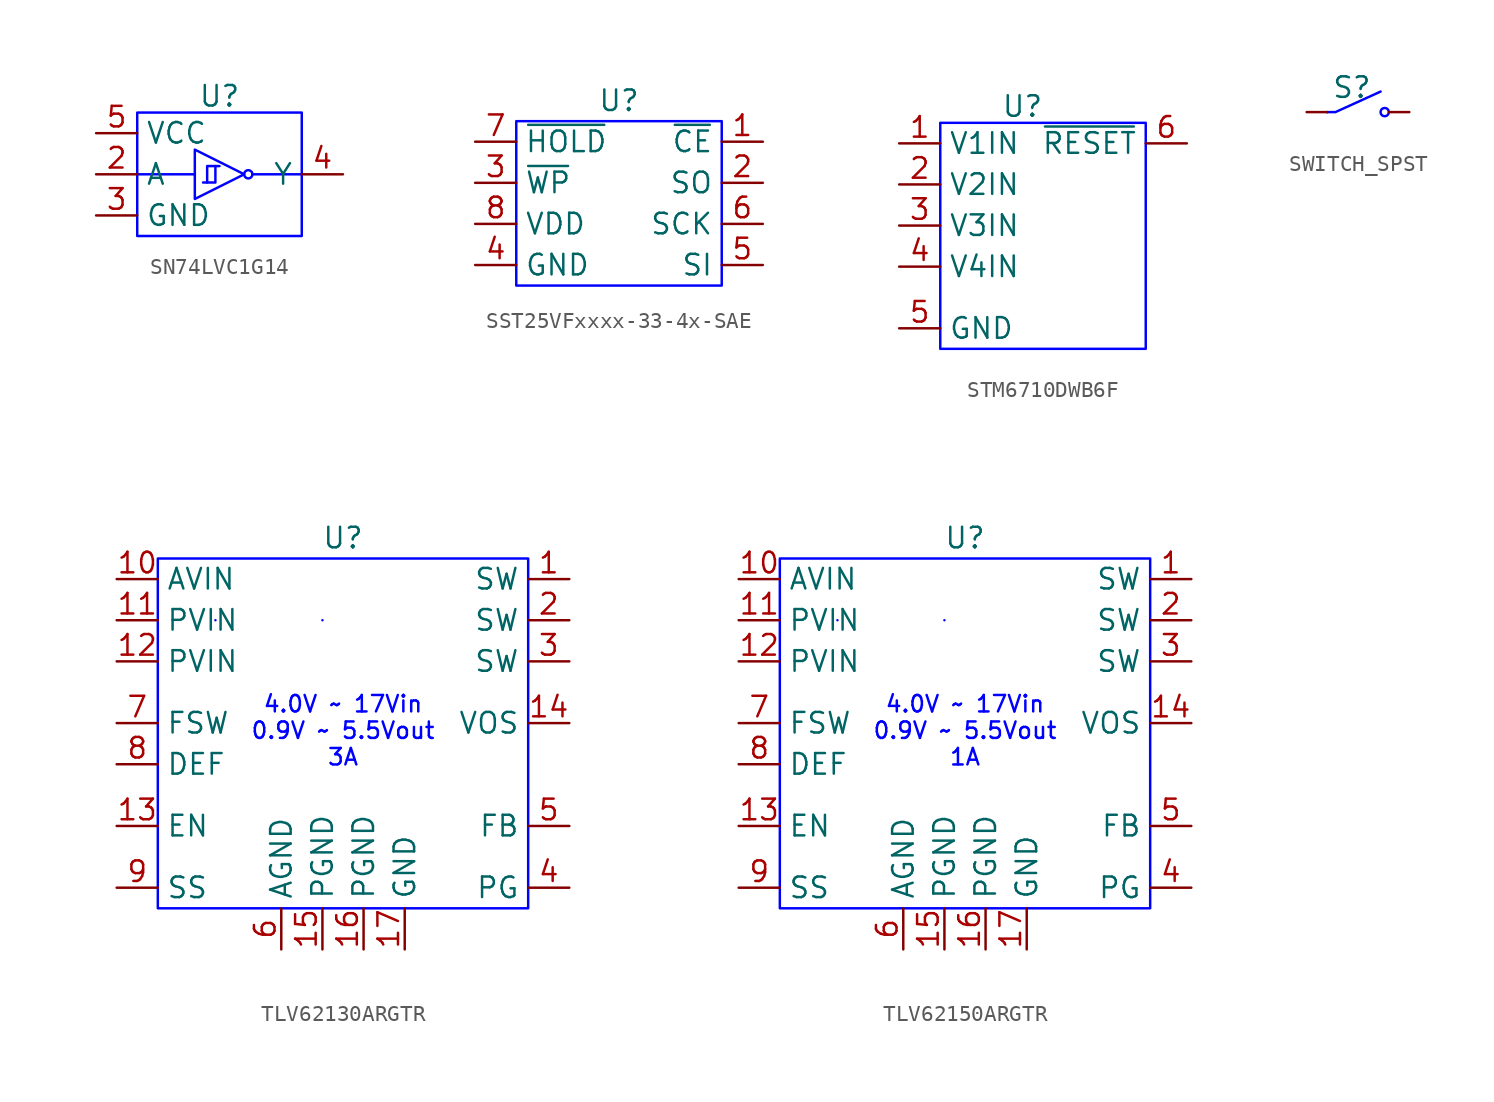
<source format=kicad_sym>
(kicad_symbol_lib
  (version 20241209)
  (generator "kicad_symbol_editor")
  (generator_version "9.0")
  (symbol "SN74LVC1G14"
    (property "Reference" "U"
      (at 5.08 1.016 0)
      (effects (font (size 1.27 1.27))))
    (property "Value" ""
      (at 0 0 0)
      (effects (font (size 1.27 1.27))))
    (symbol "SN74LVC1G14_0_1"
      (rectangle (start 0 0) (end 10.16 -7.62) (stroke (width 0) (type default) (color 0 0 255 1)) (fill (type none)))
      (polyline (pts (xy 0 -3.81) (xy 3.556 -3.81) (xy 3.556 -3.81)) (stroke (width 0) (type default) (color 0 0 255 1)) (fill (type none)))
      (polyline (pts (xy 3.556 -3.81) (xy 3.556 -3.81)) (stroke (width 0) (type default) (color 0 0 255 1)) (fill (type none)))
      (polyline (pts (xy 4.064 -4.318) (xy 4.318 -4.318) (xy 4.318 -3.302) (xy 5.08 -3.302)) (stroke (width 0) (type default) (color 0 0 255 1)) (fill (type none)))
      (polyline (pts (xy 4.826 -3.302) (xy 4.826 -4.064) (xy 4.826 -4.318) (xy 4.318 -4.318)) (stroke (width 0) (type default) (color 0 0 255 1)) (fill (type none)))
      (polyline (pts (xy 6.604 -3.81) (xy 3.556 -2.286) (xy 3.556 -5.334) (xy 6.604 -3.81)) (stroke (width 0) (type default) (color 0 0 255 1)) (fill (type none)))
      (circle (center 6.858 -3.81) (radius 0.254) (stroke (width 0) (type default) (color 0 0 255 1)) (fill (type none)))
      (polyline (pts (xy 7.112 -3.81) (xy 9.906 -3.81) (xy 10.16 -3.81) (xy 10.16 -3.81)) (stroke (width 0) (type default) (color 0 0 255 1)) (fill (type none)))
      (polyline (pts (xy 10.16 -3.81) (xy 10.16 -3.81)) (stroke (width 0) (type default) (color 0 0 255 1)) (fill (type none))))
    (symbol "SN74LVC1G14_1_1"
      (pin power_in line (at -2.54 -1.27 0) (length 2.54) (name "VCC" (effects (font (size 1.27 1.27)))) (number "5" (effects (font (size 1.27 1.27)))))
      (pin input line (at -2.54 -3.81 0) (length 2.54) (name "A" (effects (font (size 1.27 1.27)))) (number "2" (effects (font (size 1.27 1.27)))))
      (pin power_in line (at -2.54 -6.35 0) (length 2.54) (name "GND" (effects (font (size 1.27 1.27)))) (number "3" (effects (font (size 1.27 1.27)))))
      (pin no_connect line (at 12.7 -1.27 180) (length 2.54) (hide yes) (name "NC" (effects (font (size 1.27 1.27)))) (number "1" (effects (font (size 1.27 1.27)))))
      (pin output line (at 12.7 -3.81 180) (length 2.54) (name "Y" (effects (font (size 1.27 1.27)))) (number "4" (effects (font (size 1.27 1.27)))))))
  (symbol "SST25VFxxxx-33-4x-SAE"
    (property "Reference" "U"
      (at 6.35 1.27 0)
      (effects (font (size 1.27 1.27))))
    (property "Value" ""
      (at 0 0 0)
      (effects (font (size 1.27 1.27))))
    (symbol "SST25VFxxxx-33-4x-SAE_1_1"
      (rectangle (start 0 0) (end 12.7 -10.16) (stroke (width 0) (type solid) (color 0 0 255 1)) (fill (type none)))
      (pin input line (at -2.54 -1.27 0) (length 2.54) (name "~{HOLD}" (effects (font (size 1.27 1.27)))) (number "7" (effects (font (size 1.27 1.27)))))
      (pin input line (at -2.54 -3.81 0) (length 2.54) (name "~{WP}" (effects (font (size 1.27 1.27)))) (number "3" (effects (font (size 1.27 1.27)))))
      (pin power_in line (at -2.54 -6.35 0) (length 2.54) (name "VDD" (effects (font (size 1.27 1.27)))) (number "8" (effects (font (size 1.27 1.27)))))
      (pin power_in line (at -2.54 -8.89 0) (length 2.54) (name "GND" (effects (font (size 1.27 1.27)))) (number "4" (effects (font (size 1.27 1.27)))))
      (pin input line (at 15.24 -1.27 180) (length 2.54) (name "~{CE}" (effects (font (size 1.27 1.27)))) (number "1" (effects (font (size 1.27 1.27)))))
      (pin output line (at 15.24 -3.81 180) (length 2.54) (name "SO" (effects (font (size 1.27 1.27)))) (number "2" (effects (font (size 1.27 1.27)))))
      (pin input line (at 15.24 -6.35 180) (length 2.54) (name "SCK" (effects (font (size 1.27 1.27)))) (number "6" (effects (font (size 1.27 1.27)))))
      (pin input line (at 15.24 -8.89 180) (length 2.54) (name "SI" (effects (font (size 1.27 1.27)))) (number "5" (effects (font (size 1.27 1.27)))))))
  (symbol "STM6710DWB6F"
    (property "Reference" "U"
      (at 5.08 1.016 0)
      (effects (font (size 1.27 1.27))))
    (property "Value" ""
      (at 0 0 0)
      (effects (font (size 1.27 1.27))))
    (symbol "STM6710DWB6F_1_1"
      (rectangle (start 0 0) (end 12.7 -13.97) (stroke (width 0) (type solid) (color 0 0 255 1)) (fill (type none)))
      (pin power_in line (at -2.54 -1.27 0) (length 2.54) (name "V1IN" (effects (font (size 1.27 1.27)))) (number "1" (effects (font (size 1.27 1.27)))))
      (pin power_in line (at -2.54 -3.81 0) (length 2.54) (name "V2IN" (effects (font (size 1.27 1.27)))) (number "2" (effects (font (size 1.27 1.27)))))
      (pin power_in line (at -2.54 -6.35 0) (length 2.54) (name "V3IN" (effects (font (size 1.27 1.27)))) (number "3" (effects (font (size 1.27 1.27)))))
      (pin power_in line (at -2.54 -8.89 0) (length 2.54) (name "V4IN" (effects (font (size 1.27 1.27)))) (number "4" (effects (font (size 1.27 1.27)))))
      (pin power_in line (at -2.54 -12.7 0) (length 2.54) (name "GND" (effects (font (size 1.27 1.27)))) (number "5" (effects (font (size 1.27 1.27)))))
      (pin open_collector line (at 15.24 -1.27 180) (length 2.54) (name "~{RESET}" (effects (font (size 1.27 1.27)))) (number "6" (effects (font (size 1.27 1.27)))))))
  (symbol "SWITCH_SPST"
    (pin_numbers
      (hide yes))
    (pin_names
      (offset 0)
      (hide yes))
    (property "Reference" "S"
      (at 1.524 1.524 0)
      (effects (font (size 1.27 1.27))))
    (property "Value" ""
      (at 1.524 -1.524 0)
      (effects (font (size 1.27 1.27))))
    (symbol "SWITCH_SPST_0_1"
      (polyline (pts (xy 0 0) (xy 0.508 0) (xy 3.302 1.27)) (stroke (width 0) (type default) (color 0 0 255 1)) (fill (type none)))
      (circle (center 3.556 0) (radius 0.254) (stroke (width 0) (type default) (color 0 0 255 1)) (fill (type none))))
    (symbol "SWITCH_SPST_1_1"
      (polyline (pts (xy 0 0) (xy 0 0)) (stroke (width 0) (type solid) (color 0 0 255 1)) (fill (type none)))
      (pin passive line (at -1.27 0 0) (length 1.27) (name "" (effects (font (size 1.27 1.27)))) (number "1" (effects (font (size 1.27 1.27)))))
      (pin passive line (at 5.08 0 180) (length 1.27) (name "" (effects (font (size 1.27 1.27)))) (number "2" (effects (font (size 1.27 1.27)))))))
  (symbol "TLV62130ARGTR"
    (property "Reference" "U"
      (at 11.43 1.27 0)
      (effects (font (size 1.27 1.27))))
    (property "Value" ""
      (at 0 0 0)
      (effects (font (size 1.27 1.27))))
    (symbol "TLV62130ARGTR_0_1"
      (rectangle (start 0 0) (end 22.86 -21.59) (stroke (width 0) (type default) (color 0 0 255 1)) (fill (type none)))
      (polyline (pts (xy 3.556 -3.81) (xy 3.556 -3.81)) (stroke (width 0) (type default) (color 0 0 255 1)) (fill (type none)))
      (polyline (pts (xy 10.16 -3.81) (xy 10.16 -3.81)) (stroke (width 0) (type default) (color 0 0 255 1)) (fill (type none))))
    (symbol "TLV62130ARGTR_1_1"
      (text "4.0V ~ 17Vin\n0.9V ~ 5.5Vout\n3A\n\n" (at 11.43 -11.43 0) (effects (font (size 1.016 1.016) (color 0 0 255 1))))
      (pin power_in line (at -2.54 -1.27 0) (length 2.54) (name "AVIN" (effects (font (size 1.27 1.27)))) (number "10" (effects (font (size 1.27 1.27)))))
      (pin power_in line (at -2.54 -3.81 0) (length 2.54) (name "PVIN" (effects (font (size 1.27 1.27)))) (number "11" (effects (font (size 1.27 1.27)))))
      (pin power_in line (at -2.54 -6.35 0) (length 2.54) (name "PVIN" (effects (font (size 1.27 1.27)))) (number "12" (effects (font (size 1.27 1.27)))))
      (pin input line (at -2.54 -10.16 0) (length 2.54) (name "FSW" (effects (font (size 1.27 1.27)))) (number "7" (effects (font (size 1.27 1.27)))))
      (pin input line (at -2.54 -12.7 0) (length 2.54) (name "DEF" (effects (font (size 1.27 1.27)))) (number "8" (effects (font (size 1.27 1.27)))))
      (pin input line (at -2.54 -16.51 0) (length 2.54) (name "EN" (effects (font (size 1.27 1.27)))) (number "13" (effects (font (size 1.27 1.27)))))
      (pin input line (at -2.54 -20.32 0) (length 2.54) (name "SS" (effects (font (size 1.27 1.27)))) (number "9" (effects (font (size 1.27 1.27)))))
      (pin power_in line (at 7.62 -24.13 90) (length 2.54) (name "AGND" (effects (font (size 1.27 1.27)))) (number "6" (effects (font (size 1.27 1.27)))))
      (pin power_in line (at 10.16 -24.13 90) (length 2.54) (name "PGND" (effects (font (size 1.27 1.27)))) (number "15" (effects (font (size 1.27 1.27)))))
      (pin power_in line (at 12.7 -24.13 90) (length 2.54) (name "PGND" (effects (font (size 1.27 1.27)))) (number "16" (effects (font (size 1.27 1.27)))))
      (pin power_in line (at 15.24 -24.13 90) (length 2.54) (name "GND" (effects (font (size 1.27 1.27)))) (number "17" (effects (font (size 1.27 1.27)))))
      (pin power_out line (at 25.4 -1.27 180) (length 2.54) (name "SW" (effects (font (size 1.27 1.27)))) (number "1" (effects (font (size 1.27 1.27)))))
      (pin power_out line (at 25.4 -3.81 180) (length 2.54) (name "SW" (effects (font (size 1.27 1.27)))) (number "2" (effects (font (size 1.27 1.27)))))
      (pin power_out line (at 25.4 -6.35 180) (length 2.54) (name "SW" (effects (font (size 1.27 1.27)))) (number "3" (effects (font (size 1.27 1.27)))))
      (pin power_in line (at 25.4 -10.16 180) (length 2.54) (name "VOS" (effects (font (size 1.27 1.27)))) (number "14" (effects (font (size 1.27 1.27)))))
      (pin input line (at 25.4 -16.51 180) (length 2.54) (name "FB" (effects (font (size 1.27 1.27)))) (number "5" (effects (font (size 1.27 1.27)))))
      (pin open_collector line (at 25.4 -20.32 180) (length 2.54) (name "PG" (effects (font (size 1.27 1.27)))) (number "4" (effects (font (size 1.27 1.27)))))))
  (symbol "TLV62150ARGTR"
    (property "Reference" "U"
      (at 11.43 1.27 0)
      (effects (font (size 1.27 1.27))))
    (property "Value" ""
      (at 0 0 0)
      (effects (font (size 1.27 1.27))))
    (symbol "TLV62150ARGTR_0_1"
      (rectangle (start 0 0) (end 22.86 -21.59) (stroke (width 0) (type default) (color 0 0 255 1)) (fill (type none)))
      (polyline (pts (xy 3.556 -3.81) (xy 3.556 -3.81)) (stroke (width 0) (type default) (color 0 0 255 1)) (fill (type none)))
      (polyline (pts (xy 10.16 -3.81) (xy 10.16 -3.81)) (stroke (width 0) (type default) (color 0 0 255 1)) (fill (type none))))
    (symbol "TLV62150ARGTR_1_1"
      (text "4.0V ~ 17Vin\n0.9V ~ 5.5Vout\n1A\n\n" (at 11.43 -11.43 0) (effects (font (size 1.016 1.016) (color 0 0 255 1))))
      (pin power_in line (at -2.54 -1.27 0) (length 2.54) (name "AVIN" (effects (font (size 1.27 1.27)))) (number "10" (effects (font (size 1.27 1.27)))))
      (pin power_in line (at -2.54 -3.81 0) (length 2.54) (name "PVIN" (effects (font (size 1.27 1.27)))) (number "11" (effects (font (size 1.27 1.27)))))
      (pin power_in line (at -2.54 -6.35 0) (length 2.54) (name "PVIN" (effects (font (size 1.27 1.27)))) (number "12" (effects (font (size 1.27 1.27)))))
      (pin input line (at -2.54 -10.16 0) (length 2.54) (name "FSW" (effects (font (size 1.27 1.27)))) (number "7" (effects (font (size 1.27 1.27)))))
      (pin input line (at -2.54 -12.7 0) (length 2.54) (name "DEF" (effects (font (size 1.27 1.27)))) (number "8" (effects (font (size 1.27 1.27)))))
      (pin input line (at -2.54 -16.51 0) (length 2.54) (name "EN" (effects (font (size 1.27 1.27)))) (number "13" (effects (font (size 1.27 1.27)))))
      (pin input line (at -2.54 -20.32 0) (length 2.54) (name "SS" (effects (font (size 1.27 1.27)))) (number "9" (effects (font (size 1.27 1.27)))))
      (pin power_in line (at 7.62 -24.13 90) (length 2.54) (name "AGND" (effects (font (size 1.27 1.27)))) (number "6" (effects (font (size 1.27 1.27)))))
      (pin power_in line (at 10.16 -24.13 90) (length 2.54) (name "PGND" (effects (font (size 1.27 1.27)))) (number "15" (effects (font (size 1.27 1.27)))))
      (pin power_in line (at 12.7 -24.13 90) (length 2.54) (name "PGND" (effects (font (size 1.27 1.27)))) (number "16" (effects (font (size 1.27 1.27)))))
      (pin power_in line (at 15.24 -24.13 90) (length 2.54) (name "GND" (effects (font (size 1.27 1.27)))) (number "17" (effects (font (size 1.27 1.27)))))
      (pin power_out line (at 25.4 -1.27 180) (length 2.54) (name "SW" (effects (font (size 1.27 1.27)))) (number "1" (effects (font (size 1.27 1.27)))))
      (pin power_out line (at 25.4 -3.81 180) (length 2.54) (name "SW" (effects (font (size 1.27 1.27)))) (number "2" (effects (font (size 1.27 1.27)))))
      (pin power_out line (at 25.4 -6.35 180) (length 2.54) (name "SW" (effects (font (size 1.27 1.27)))) (number "3" (effects (font (size 1.27 1.27)))))
      (pin power_in line (at 25.4 -10.16 180) (length 2.54) (name "VOS" (effects (font (size 1.27 1.27)))) (number "14" (effects (font (size 1.27 1.27)))))
      (pin input line (at 25.4 -16.51 180) (length 2.54) (name "FB" (effects (font (size 1.27 1.27)))) (number "5" (effects (font (size 1.27 1.27)))))
      (pin open_collector line (at 25.4 -20.32 180) (length 2.54) (name "PG" (effects (font (size 1.27 1.27)))) (number "4" (effects (font (size 1.27 1.27))))))))
</source>
